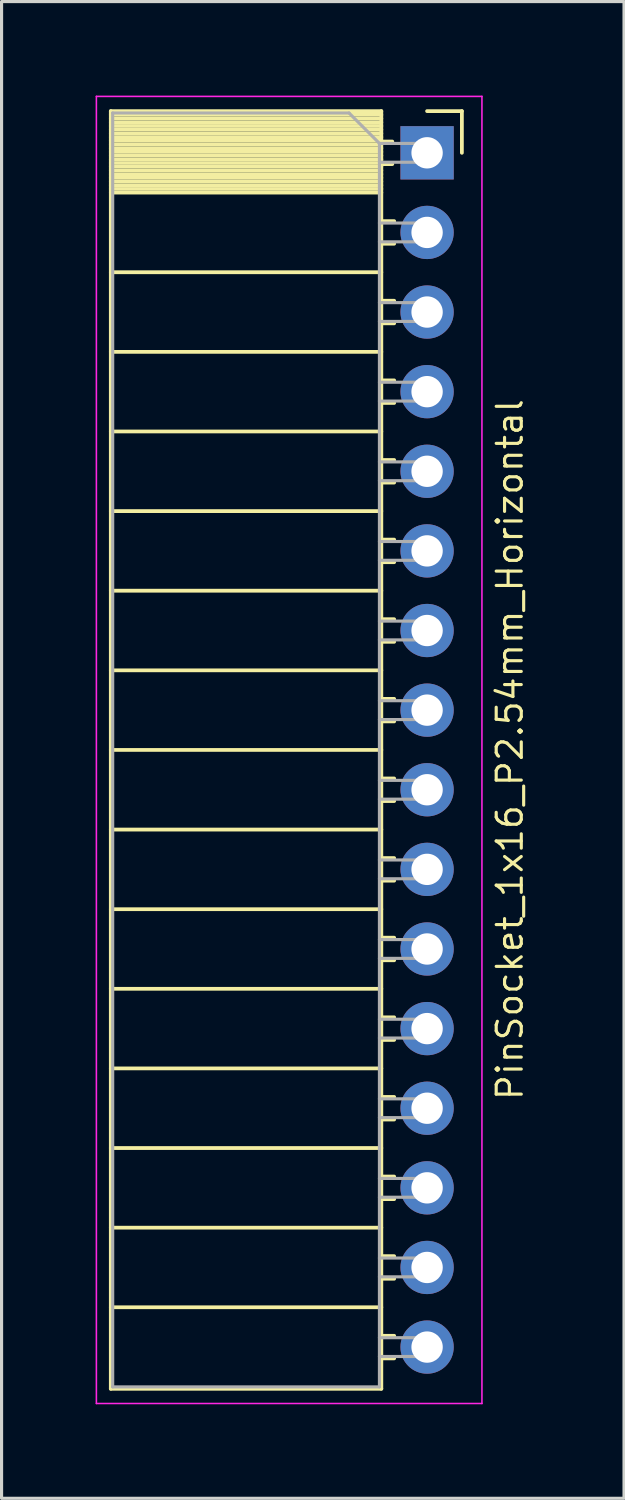
<source format=kicad_pcb>
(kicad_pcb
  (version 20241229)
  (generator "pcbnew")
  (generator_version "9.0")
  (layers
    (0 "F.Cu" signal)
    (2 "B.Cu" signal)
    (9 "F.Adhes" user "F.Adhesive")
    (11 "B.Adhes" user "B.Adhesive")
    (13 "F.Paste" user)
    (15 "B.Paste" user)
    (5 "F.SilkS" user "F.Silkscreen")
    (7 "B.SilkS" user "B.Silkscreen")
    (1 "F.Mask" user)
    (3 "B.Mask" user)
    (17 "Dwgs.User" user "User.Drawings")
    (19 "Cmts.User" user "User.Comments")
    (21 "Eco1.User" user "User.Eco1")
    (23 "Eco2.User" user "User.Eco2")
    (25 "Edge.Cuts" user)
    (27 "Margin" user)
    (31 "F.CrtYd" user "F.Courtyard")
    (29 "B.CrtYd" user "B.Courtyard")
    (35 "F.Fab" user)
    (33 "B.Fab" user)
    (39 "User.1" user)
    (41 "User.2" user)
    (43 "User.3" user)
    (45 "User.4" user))
  (footprint "PinSocket_1x16_P2.54mm_Horizontal"
    (layer "F.Cu")
    (at 10.575 1.825)
    (property "Reference" "PinSocket_1x16_P2.54mm_Horizontal" (at 2.64 19.04 90) (layer "F.SilkS") (effects (font (size 0.8 0.8) (thickness 0.1))))
    (attr through_hole)
    (fp_line (start -10.09 -1.33) (end -10.09 39.43) (stroke (width 0.12) (type solid)) (layer "F.SilkS"))
    (fp_line (start -10.09 -1.33) (end -1.46 -1.33) (stroke (width 0.12) (type solid)) (layer "F.SilkS"))
    (fp_line (start -10.09 -1.21) (end -1.46 -1.21) (stroke (width 0.12) (type solid)) (layer "F.SilkS"))
    (fp_line (start -10.09 -1.092) (end -1.46 -1.092) (stroke (width 0.12) (type solid)) (layer "F.SilkS"))
    (fp_line (start -10.09 -0.974) (end -1.46 -0.974) (stroke (width 0.12) (type solid)) (layer "F.SilkS"))
    (fp_line (start -10.09 -0.856) (end -1.46 -0.856) (stroke (width 0.12) (type solid)) (layer "F.SilkS"))
    (fp_line (start -10.09 -0.738) (end -1.46 -0.738) (stroke (width 0.12) (type solid)) (layer "F.SilkS"))
    (fp_line (start -10.09 -0.62) (end -1.46 -0.62) (stroke (width 0.12) (type solid)) (layer "F.SilkS"))
    (fp_line (start -10.09 -0.501) (end -1.46 -0.501) (stroke (width 0.12) (type solid)) (layer "F.SilkS"))
    (fp_line (start -10.09 -0.383) (end -1.46 -0.383) (stroke (width 0.12) (type solid)) (layer "F.SilkS"))
    (fp_line (start -10.09 -0.265) (end -1.46 -0.265) (stroke (width 0.12) (type solid)) (layer "F.SilkS"))
    (fp_line (start -10.09 -0.147) (end -1.46 -0.147) (stroke (width 0.12) (type solid)) (layer "F.SilkS"))
    (fp_line (start -10.09 -0.029) (end -1.46 -0.029) (stroke (width 0.12) (type solid)) (layer "F.SilkS"))
    (fp_line (start -10.09 0.089) (end -1.46 0.089) (stroke (width 0.12) (type solid)) (layer "F.SilkS"))
    (fp_line (start -10.09 0.207) (end -1.46 0.207) (stroke (width 0.12) (type solid)) (layer "F.SilkS"))
    (fp_line (start -10.09 0.325) (end -1.46 0.325) (stroke (width 0.12) (type solid)) (layer "F.SilkS"))
    (fp_line (start -10.09 0.443) (end -1.46 0.443) (stroke (width 0.12) (type solid)) (layer "F.SilkS"))
    (fp_line (start -10.09 0.561) (end -1.46 0.561) (stroke (width 0.12) (type solid)) (layer "F.SilkS"))
    (fp_line (start -10.09 0.68) (end -1.46 0.68) (stroke (width 0.12) (type solid)) (layer "F.SilkS"))
    (fp_line (start -10.09 0.798) (end -1.46 0.798) (stroke (width 0.12) (type solid)) (layer "F.SilkS"))
    (fp_line (start -10.09 0.916) (end -1.46 0.916) (stroke (width 0.12) (type solid)) (layer "F.SilkS"))
    (fp_line (start -10.09 1.034) (end -1.46 1.034) (stroke (width 0.12) (type solid)) (layer "F.SilkS"))
    (fp_line (start -10.09 1.152) (end -1.46 1.152) (stroke (width 0.12) (type solid)) (layer "F.SilkS"))
    (fp_line (start -10.09 1.27) (end -1.46 1.27) (stroke (width 0.12) (type solid)) (layer "F.SilkS"))
    (fp_line (start -10.09 3.81) (end -1.46 3.81) (stroke (width 0.12) (type solid)) (layer "F.SilkS"))
    (fp_line (start -10.09 6.35) (end -1.46 6.35) (stroke (width 0.12) (type solid)) (layer "F.SilkS"))
    (fp_line (start -10.09 8.89) (end -1.46 8.89) (stroke (width 0.12) (type solid)) (layer "F.SilkS"))
    (fp_line (start -10.09 11.43) (end -1.46 11.43) (stroke (width 0.12) (type solid)) (layer "F.SilkS"))
    (fp_line (start -10.09 13.97) (end -1.46 13.97) (stroke (width 0.12) (type solid)) (layer "F.SilkS"))
    (fp_line (start -10.09 16.51) (end -1.46 16.51) (stroke (width 0.12) (type solid)) (layer "F.SilkS"))
    (fp_line (start -10.09 19.05) (end -1.46 19.05) (stroke (width 0.12) (type solid)) (layer "F.SilkS"))
    (fp_line (start -10.09 21.59) (end -1.46 21.59) (stroke (width 0.12) (type solid)) (layer "F.SilkS"))
    (fp_line (start -10.09 24.13) (end -1.46 24.13) (stroke (width 0.12) (type solid)) (layer "F.SilkS"))
    (fp_line (start -10.09 26.67) (end -1.46 26.67) (stroke (width 0.12) (type solid)) (layer "F.SilkS"))
    (fp_line (start -10.09 29.21) (end -1.46 29.21) (stroke (width 0.12) (type solid)) (layer "F.SilkS"))
    (fp_line (start -10.09 31.75) (end -1.46 31.75) (stroke (width 0.12) (type solid)) (layer "F.SilkS"))
    (fp_line (start -10.09 34.29) (end -1.46 34.29) (stroke (width 0.12) (type solid)) (layer "F.SilkS"))
    (fp_line (start -10.09 36.83) (end -1.46 36.83) (stroke (width 0.12) (type solid)) (layer "F.SilkS"))
    (fp_line (start -10.09 39.43) (end -1.46 39.43) (stroke (width 0.12) (type solid)) (layer "F.SilkS"))
    (fp_line (start -1.46 -1.33) (end -1.46 39.43) (stroke (width 0.12) (type solid)) (layer "F.SilkS"))
    (fp_line (start -1.46 -0.36) (end -1.11 -0.36) (stroke (width 0.12) (type solid)) (layer "F.SilkS"))
    (fp_line (start -1.46 0.36) (end -1.11 0.36) (stroke (width 0.12) (type solid)) (layer "F.SilkS"))
    (fp_line (start -1.46 2.18) (end -1.05 2.18) (stroke (width 0.12) (type solid)) (layer "F.SilkS"))
    (fp_line (start -1.46 2.9) (end -1.05 2.9) (stroke (width 0.12) (type solid)) (layer "F.SilkS"))
    (fp_line (start -1.46 4.72) (end -1.05 4.72) (stroke (width 0.12) (type solid)) (layer "F.SilkS"))
    (fp_line (start -1.46 5.44) (end -1.05 5.44) (stroke (width 0.12) (type solid)) (layer "F.SilkS"))
    (fp_line (start -1.46 7.26) (end -1.05 7.26) (stroke (width 0.12) (type solid)) (layer "F.SilkS"))
    (fp_line (start -1.46 7.98) (end -1.05 7.98) (stroke (width 0.12) (type solid)) (layer "F.SilkS"))
    (fp_line (start -1.46 9.8) (end -1.05 9.8) (stroke (width 0.12) (type solid)) (layer "F.SilkS"))
    (fp_line (start -1.46 10.52) (end -1.05 10.52) (stroke (width 0.12) (type solid)) (layer "F.SilkS"))
    (fp_line (start -1.46 12.34) (end -1.05 12.34) (stroke (width 0.12) (type solid)) (layer "F.SilkS"))
    (fp_line (start -1.46 13.06) (end -1.05 13.06) (stroke (width 0.12) (type solid)) (layer "F.SilkS"))
    (fp_line (start -1.46 14.88) (end -1.05 14.88) (stroke (width 0.12) (type solid)) (layer "F.SilkS"))
    (fp_line (start -1.46 15.6) (end -1.05 15.6) (stroke (width 0.12) (type solid)) (layer "F.SilkS"))
    (fp_line (start -1.46 17.42) (end -1.05 17.42) (stroke (width 0.12) (type solid)) (layer "F.SilkS"))
    (fp_line (start -1.46 18.14) (end -1.05 18.14) (stroke (width 0.12) (type solid)) (layer "F.SilkS"))
    (fp_line (start -1.46 19.96) (end -1.05 19.96) (stroke (width 0.12) (type solid)) (layer "F.SilkS"))
    (fp_line (start -1.46 20.68) (end -1.05 20.68) (stroke (width 0.12) (type solid)) (layer "F.SilkS"))
    (fp_line (start -1.46 22.5) (end -1.05 22.5) (stroke (width 0.12) (type solid)) (layer "F.SilkS"))
    (fp_line (start -1.46 23.22) (end -1.05 23.22) (stroke (width 0.12) (type solid)) (layer "F.SilkS"))
    (fp_line (start -1.46 25.04) (end -1.05 25.04) (stroke (width 0.12) (type solid)) (layer "F.SilkS"))
    (fp_line (start -1.46 25.76) (end -1.05 25.76) (stroke (width 0.12) (type solid)) (layer "F.SilkS"))
    (fp_line (start -1.46 27.58) (end -1.05 27.58) (stroke (width 0.12) (type solid)) (layer "F.SilkS"))
    (fp_line (start -1.46 28.3) (end -1.05 28.3) (stroke (width 0.12) (type solid)) (layer "F.SilkS"))
    (fp_line (start -1.46 30.12) (end -1.05 30.12) (stroke (width 0.12) (type solid)) (layer "F.SilkS"))
    (fp_line (start -1.46 30.84) (end -1.05 30.84) (stroke (width 0.12) (type solid)) (layer "F.SilkS"))
    (fp_line (start -1.46 32.66) (end -1.05 32.66) (stroke (width 0.12) (type solid)) (layer "F.SilkS"))
    (fp_line (start -1.46 33.38) (end -1.05 33.38) (stroke (width 0.12) (type solid)) (layer "F.SilkS"))
    (fp_line (start -1.46 35.2) (end -1.05 35.2) (stroke (width 0.12) (type solid)) (layer "F.SilkS"))
    (fp_line (start -1.46 35.92) (end -1.05 35.92) (stroke (width 0.12) (type solid)) (layer "F.SilkS"))
    (fp_line (start -1.46 37.74) (end -1.05 37.74) (stroke (width 0.12) (type solid)) (layer "F.SilkS"))
    (fp_line (start -1.46 38.46) (end -1.05 38.46) (stroke (width 0.12) (type solid)) (layer "F.SilkS"))
    (fp_line (start 0 -1.33) (end 1.11 -1.33) (stroke (width 0.12) (type solid)) (layer "F.SilkS"))
    (fp_line (start 1.11 -1.33) (end 1.11 0) (stroke (width 0.12) (type solid)) (layer "F.SilkS"))
    (fp_line (start -10.55 -1.8) (end -10.55 39.9) (stroke (width 0.05) (type solid)) (layer "F.CrtYd"))
    (fp_line (start -10.55 39.9) (end 1.75 39.9) (stroke (width 0.05) (type solid)) (layer "F.CrtYd"))
    (fp_line (start 1.75 -1.8) (end -10.55 -1.8) (stroke (width 0.05) (type solid)) (layer "F.CrtYd"))
    (fp_line (start 1.75 39.9) (end 1.75 -1.8) (stroke (width 0.05) (type solid)) (layer "F.CrtYd"))
    (fp_line (start -10.03 -1.27) (end -2.49 -1.27) (stroke (width 0.1) (type solid)) (layer "F.Fab"))
    (fp_line (start -10.03 39.37) (end -10.03 -1.27) (stroke (width 0.1) (type solid)) (layer "F.Fab"))
    (fp_line (start -2.49 -1.27) (end -1.52 -0.3) (stroke (width 0.1) (type solid)) (layer "F.Fab"))
    (fp_line (start -1.52 -0.3) (end -1.52 39.37) (stroke (width 0.1) (type solid)) (layer "F.Fab"))
    (fp_line (start -1.52 0.3) (end 0 0.3) (stroke (width 0.1) (type solid)) (layer "F.Fab"))
    (fp_line (start -1.52 2.84) (end 0 2.84) (stroke (width 0.1) (type solid)) (layer "F.Fab"))
    (fp_line (start -1.52 5.38) (end 0 5.38) (stroke (width 0.1) (type solid)) (layer "F.Fab"))
    (fp_line (start -1.52 7.92) (end 0 7.92) (stroke (width 0.1) (type solid)) (layer "F.Fab"))
    (fp_line (start -1.52 10.46) (end 0 10.46) (stroke (width 0.1) (type solid)) (layer "F.Fab"))
    (fp_line (start -1.52 13) (end 0 13) (stroke (width 0.1) (type solid)) (layer "F.Fab"))
    (fp_line (start -1.52 15.54) (end 0 15.54) (stroke (width 0.1) (type solid)) (layer "F.Fab"))
    (fp_line (start -1.52 18.08) (end 0 18.08) (stroke (width 0.1) (type solid)) (layer "F.Fab"))
    (fp_line (start -1.52 20.62) (end 0 20.62) (stroke (width 0.1) (type solid)) (layer "F.Fab"))
    (fp_line (start -1.52 23.16) (end 0 23.16) (stroke (width 0.1) (type solid)) (layer "F.Fab"))
    (fp_line (start -1.52 25.7) (end 0 25.7) (stroke (width 0.1) (type solid)) (layer "F.Fab"))
    (fp_line (start -1.52 28.24) (end 0 28.24) (stroke (width 0.1) (type solid)) (layer "F.Fab"))
    (fp_line (start -1.52 30.78) (end 0 30.78) (stroke (width 0.1) (type solid)) (layer "F.Fab"))
    (fp_line (start -1.52 33.32) (end 0 33.32) (stroke (width 0.1) (type solid)) (layer "F.Fab"))
    (fp_line (start -1.52 35.86) (end 0 35.86) (stroke (width 0.1) (type solid)) (layer "F.Fab"))
    (fp_line (start -1.52 38.4) (end 0 38.4) (stroke (width 0.1) (type solid)) (layer "F.Fab"))
    (fp_line (start -1.52 39.37) (end -10.03 39.37) (stroke (width 0.1) (type solid)) (layer "F.Fab"))
    (fp_line (start 0 -0.3) (end -1.52 -0.3) (stroke (width 0.1) (type solid)) (layer "F.Fab"))
    (fp_line (start 0 0.3) (end 0 -0.3) (stroke (width 0.1) (type solid)) (layer "F.Fab"))
    (fp_line (start 0 2.24) (end -1.52 2.24) (stroke (width 0.1) (type solid)) (layer "F.Fab"))
    (fp_line (start 0 2.84) (end 0 2.24) (stroke (width 0.1) (type solid)) (layer "F.Fab"))
    (fp_line (start 0 4.78) (end -1.52 4.78) (stroke (width 0.1) (type solid)) (layer "F.Fab"))
    (fp_line (start 0 5.38) (end 0 4.78) (stroke (width 0.1) (type solid)) (layer "F.Fab"))
    (fp_line (start 0 7.32) (end -1.52 7.32) (stroke (width 0.1) (type solid)) (layer "F.Fab"))
    (fp_line (start 0 7.92) (end 0 7.32) (stroke (width 0.1) (type solid)) (layer "F.Fab"))
    (fp_line (start 0 9.86) (end -1.52 9.86) (stroke (width 0.1) (type solid)) (layer "F.Fab"))
    (fp_line (start 0 10.46) (end 0 9.86) (stroke (width 0.1) (type solid)) (layer "F.Fab"))
    (fp_line (start 0 12.4) (end -1.52 12.4) (stroke (width 0.1) (type solid)) (layer "F.Fab"))
    (fp_line (start 0 13) (end 0 12.4) (stroke (width 0.1) (type solid)) (layer "F.Fab"))
    (fp_line (start 0 14.94) (end -1.52 14.94) (stroke (width 0.1) (type solid)) (layer "F.Fab"))
    (fp_line (start 0 15.54) (end 0 14.94) (stroke (width 0.1) (type solid)) (layer "F.Fab"))
    (fp_line (start 0 17.48) (end -1.52 17.48) (stroke (width 0.1) (type solid)) (layer "F.Fab"))
    (fp_line (start 0 18.08) (end 0 17.48) (stroke (width 0.1) (type solid)) (layer "F.Fab"))
    (fp_line (start 0 20.02) (end -1.52 20.02) (stroke (width 0.1) (type solid)) (layer "F.Fab"))
    (fp_line (start 0 20.62) (end 0 20.02) (stroke (width 0.1) (type solid)) (layer "F.Fab"))
    (fp_line (start 0 22.56) (end -1.52 22.56) (stroke (width 0.1) (type solid)) (layer "F.Fab"))
    (fp_line (start 0 23.16) (end 0 22.56) (stroke (width 0.1) (type solid)) (layer "F.Fab"))
    (fp_line (start 0 25.1) (end -1.52 25.1) (stroke (width 0.1) (type solid)) (layer "F.Fab"))
    (fp_line (start 0 25.7) (end 0 25.1) (stroke (width 0.1) (type solid)) (layer "F.Fab"))
    (fp_line (start 0 27.64) (end -1.52 27.64) (stroke (width 0.1) (type solid)) (layer "F.Fab"))
    (fp_line (start 0 28.24) (end 0 27.64) (stroke (width 0.1) (type solid)) (layer "F.Fab"))
    (fp_line (start 0 30.18) (end -1.52 30.18) (stroke (width 0.1) (type solid)) (layer "F.Fab"))
    (fp_line (start 0 30.78) (end 0 30.18) (stroke (width 0.1) (type solid)) (layer "F.Fab"))
    (fp_line (start 0 32.72) (end -1.52 32.72) (stroke (width 0.1) (type solid)) (layer "F.Fab"))
    (fp_line (start 0 33.32) (end 0 32.72) (stroke (width 0.1) (type solid)) (layer "F.Fab"))
    (fp_line (start 0 35.26) (end -1.52 35.26) (stroke (width 0.1) (type solid)) (layer "F.Fab"))
    (fp_line (start 0 35.86) (end 0 35.26) (stroke (width 0.1) (type solid)) (layer "F.Fab"))
    (fp_line (start 0 37.8) (end -1.52 37.8) (stroke (width 0.1) (type solid)) (layer "F.Fab"))
    (fp_line (start 0 38.4) (end 0 37.8) (stroke (width 0.1) (type solid)) (layer "F.Fab"))
    (pad "1" thru_hole rect (at 0 0) (size 1.7 1.7) (drill 1) (layers "*.Cu" "*.Mask"))
    (pad "2" thru_hole circle (at 0 2.54) (size 1.7 1.7) (drill 1) (layers "*.Cu" "*.Mask"))
    (pad "3" thru_hole circle (at 0 5.08) (size 1.7 1.7) (drill 1) (layers "*.Cu" "*.Mask"))
    (pad "4" thru_hole circle (at 0 7.62) (size 1.7 1.7) (drill 1) (layers "*.Cu" "*.Mask"))
    (pad "5" thru_hole circle (at 0 10.16) (size 1.7 1.7) (drill 1) (layers "*.Cu" "*.Mask"))
    (pad "6" thru_hole circle (at 0 12.7) (size 1.7 1.7) (drill 1) (layers "*.Cu" "*.Mask"))
    (pad "7" thru_hole circle (at 0 15.24) (size 1.7 1.7) (drill 1) (layers "*.Cu" "*.Mask"))
    (pad "8" thru_hole circle (at 0 17.78) (size 1.7 1.7) (drill 1) (layers "*.Cu" "*.Mask"))
    (pad "9" thru_hole circle (at 0 20.32) (size 1.7 1.7) (drill 1) (layers "*.Cu" "*.Mask"))
    (pad "10" thru_hole circle (at 0 22.86) (size 1.7 1.7) (drill 1) (layers "*.Cu" "*.Mask"))
    (pad "11" thru_hole circle (at 0 25.4) (size 1.7 1.7) (drill 1) (layers "*.Cu" "*.Mask"))
    (pad "12" thru_hole circle (at 0 27.94) (size 1.7 1.7) (drill 1) (layers "*.Cu" "*.Mask"))
    (pad "13" thru_hole circle (at 0 30.48) (size 1.7 1.7) (drill 1) (layers "*.Cu" "*.Mask"))
    (pad "14" thru_hole circle (at 0 33.02) (size 1.7 1.7) (drill 1) (layers "*.Cu" "*.Mask"))
    (pad "15" thru_hole circle (at 0 35.56) (size 1.7 1.7) (drill 1) (layers "*.Cu" "*.Mask"))
    (pad "16" thru_hole circle (at 0 38.1) (size 1.7 1.7) (drill 1) (layers "*.Cu" "*.Mask")))
  (gr_rect
    (start -3 -3)
    (end 16.858 44.75)
    (stroke (width 0.1) (type default))
    (fill no)
    (layer "Edge.Cuts")))
</source>
